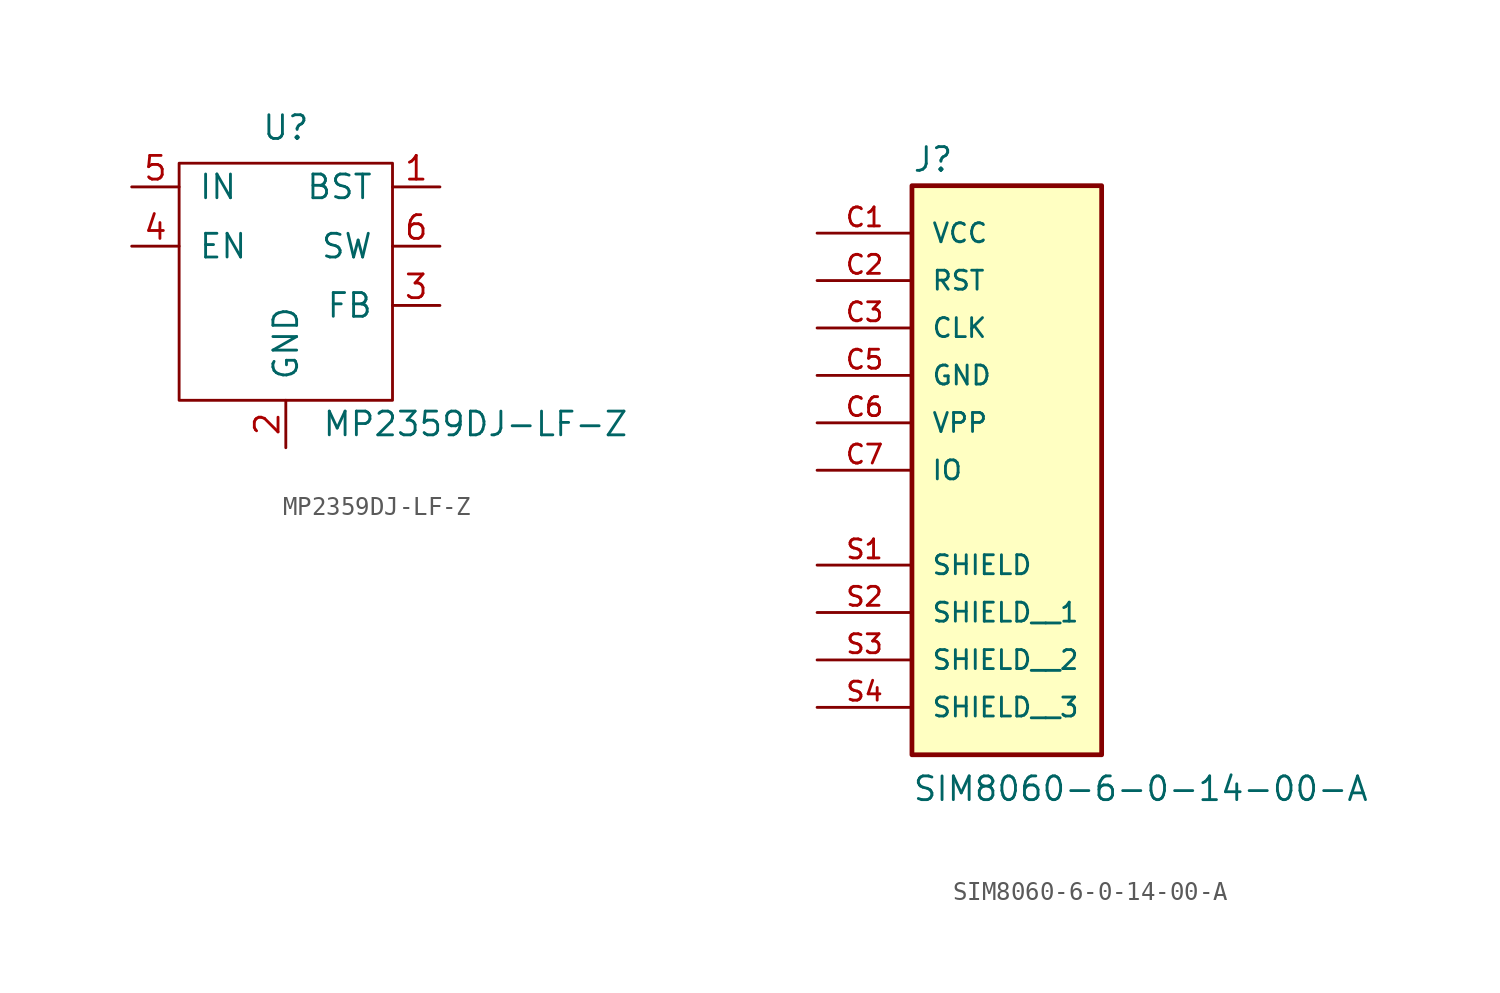
<source format=kicad_sym>
(kicad_symbol_lib
  (version 20211014)
  (generator kicad_symbol_editor)
  (symbol "MP2359DJ-LF-Z"
    (pin_names
      (offset 1.016))
    (property "Reference" "U"
      (at 0 9.525 0)
      (effects (font (size 1.27 1.27))))
    (property "Value" "MP2359DJ-LF-Z"
      (at 10.16 -6.35 0)
      (effects (font (size 1.27 1.27))))
    (symbol "MP2359DJ-LF-Z_0_1"
      (rectangle (start -5.715 7.62) (end 5.715 -5.08) (stroke (width 0) (type default) (color 0 0 0 0)) (fill (type none))))
    (symbol "MP2359DJ-LF-Z_1_1"
      (pin input line (at 8.255 6.35 180) (length 2.54) (name "BST" (effects (font (size 1.27 1.27)))) (number "1" (effects (font (size 1.27 1.27)))))
      (pin power_in line (at 0 -7.62 90) (length 2.54) (name "GND" (effects (font (size 1.27 1.27)))) (number "2" (effects (font (size 1.27 1.27)))))
      (pin input line (at 8.255 0 180) (length 2.54) (name "FB" (effects (font (size 1.27 1.27)))) (number "3" (effects (font (size 1.27 1.27)))))
      (pin input line (at -8.255 3.175 0) (length 2.54) (name "EN" (effects (font (size 1.27 1.27)))) (number "4" (effects (font (size 1.27 1.27)))))
      (pin power_in line (at -8.255 6.35 0) (length 2.54) (name "IN" (effects (font (size 1.27 1.27)))) (number "5" (effects (font (size 1.27 1.27)))))
      (pin power_out line (at 8.255 3.175 180) (length 2.54) (name "SW" (effects (font (size 1.27 1.27)))) (number "6" (effects (font (size 1.27 1.27)))))))
  (symbol "SIM8060-6-0-14-00-A"
    (pin_names
      (offset 1.016))
    (property "Reference" "J"
      (at -5.08 13.36 0)
      (effects (font (size 1.27 1.27)) (justify left bottom)))
    (property "Value" "SIM8060-6-0-14-00-A"
      (at -5.08 -20.345 0)
      (effects (font (size 1.27 1.27)) (justify left bottom)))
    (property "ki_locked" ""
      (at 0 0 0)
      (effects (font (size 1.27 1.27))))
    (symbol "SIM8060-6-0-14-00-A_0_0"
      (rectangle (start -5.08 -17.78) (end 5.08 12.7) (stroke (width 0.254) (type default) (color 0 0 0 0)) (fill (type background)))
      (pin passive line (at -10.16 10.16 0) (length 5.08) (name "VCC" (effects (font (size 1.016 1.016)))) (number "C1" (effects (font (size 1.016 1.016)))))
      (pin passive line (at -10.16 7.62 0) (length 5.08) (name "RST" (effects (font (size 1.016 1.016)))) (number "C2" (effects (font (size 1.016 1.016)))))
      (pin passive line (at -10.16 5.08 0) (length 5.08) (name "CLK" (effects (font (size 1.016 1.016)))) (number "C3" (effects (font (size 1.016 1.016)))))
      (pin passive line (at -10.16 2.54 0) (length 5.08) (name "GND" (effects (font (size 1.016 1.016)))) (number "C5" (effects (font (size 1.016 1.016)))))
      (pin passive line (at -10.16 0 0) (length 5.08) (name "VPP" (effects (font (size 1.016 1.016)))) (number "C6" (effects (font (size 1.016 1.016)))))
      (pin passive line (at -10.16 -2.54 0) (length 5.08) (name "IO" (effects (font (size 1.016 1.016)))) (number "C7" (effects (font (size 1.016 1.016)))))
      (pin passive line (at -10.16 -7.62 0) (length 5.08) (name "SHIELD" (effects (font (size 1.016 1.016)))) (number "S1" (effects (font (size 1.016 1.016)))))
      (pin passive line (at -10.16 -10.16 0) (length 5.08) (name "SHIELD__1" (effects (font (size 1.016 1.016)))) (number "S2" (effects (font (size 1.016 1.016)))))
      (pin passive line (at -10.16 -12.7 0) (length 5.08) (name "SHIELD__2" (effects (font (size 1.016 1.016)))) (number "S3" (effects (font (size 1.016 1.016)))))
      (pin passive line (at -10.16 -15.24 0) (length 5.08) (name "SHIELD__3" (effects (font (size 1.016 1.016)))) (number "S4" (effects (font (size 1.016 1.016))))))))
</source>
